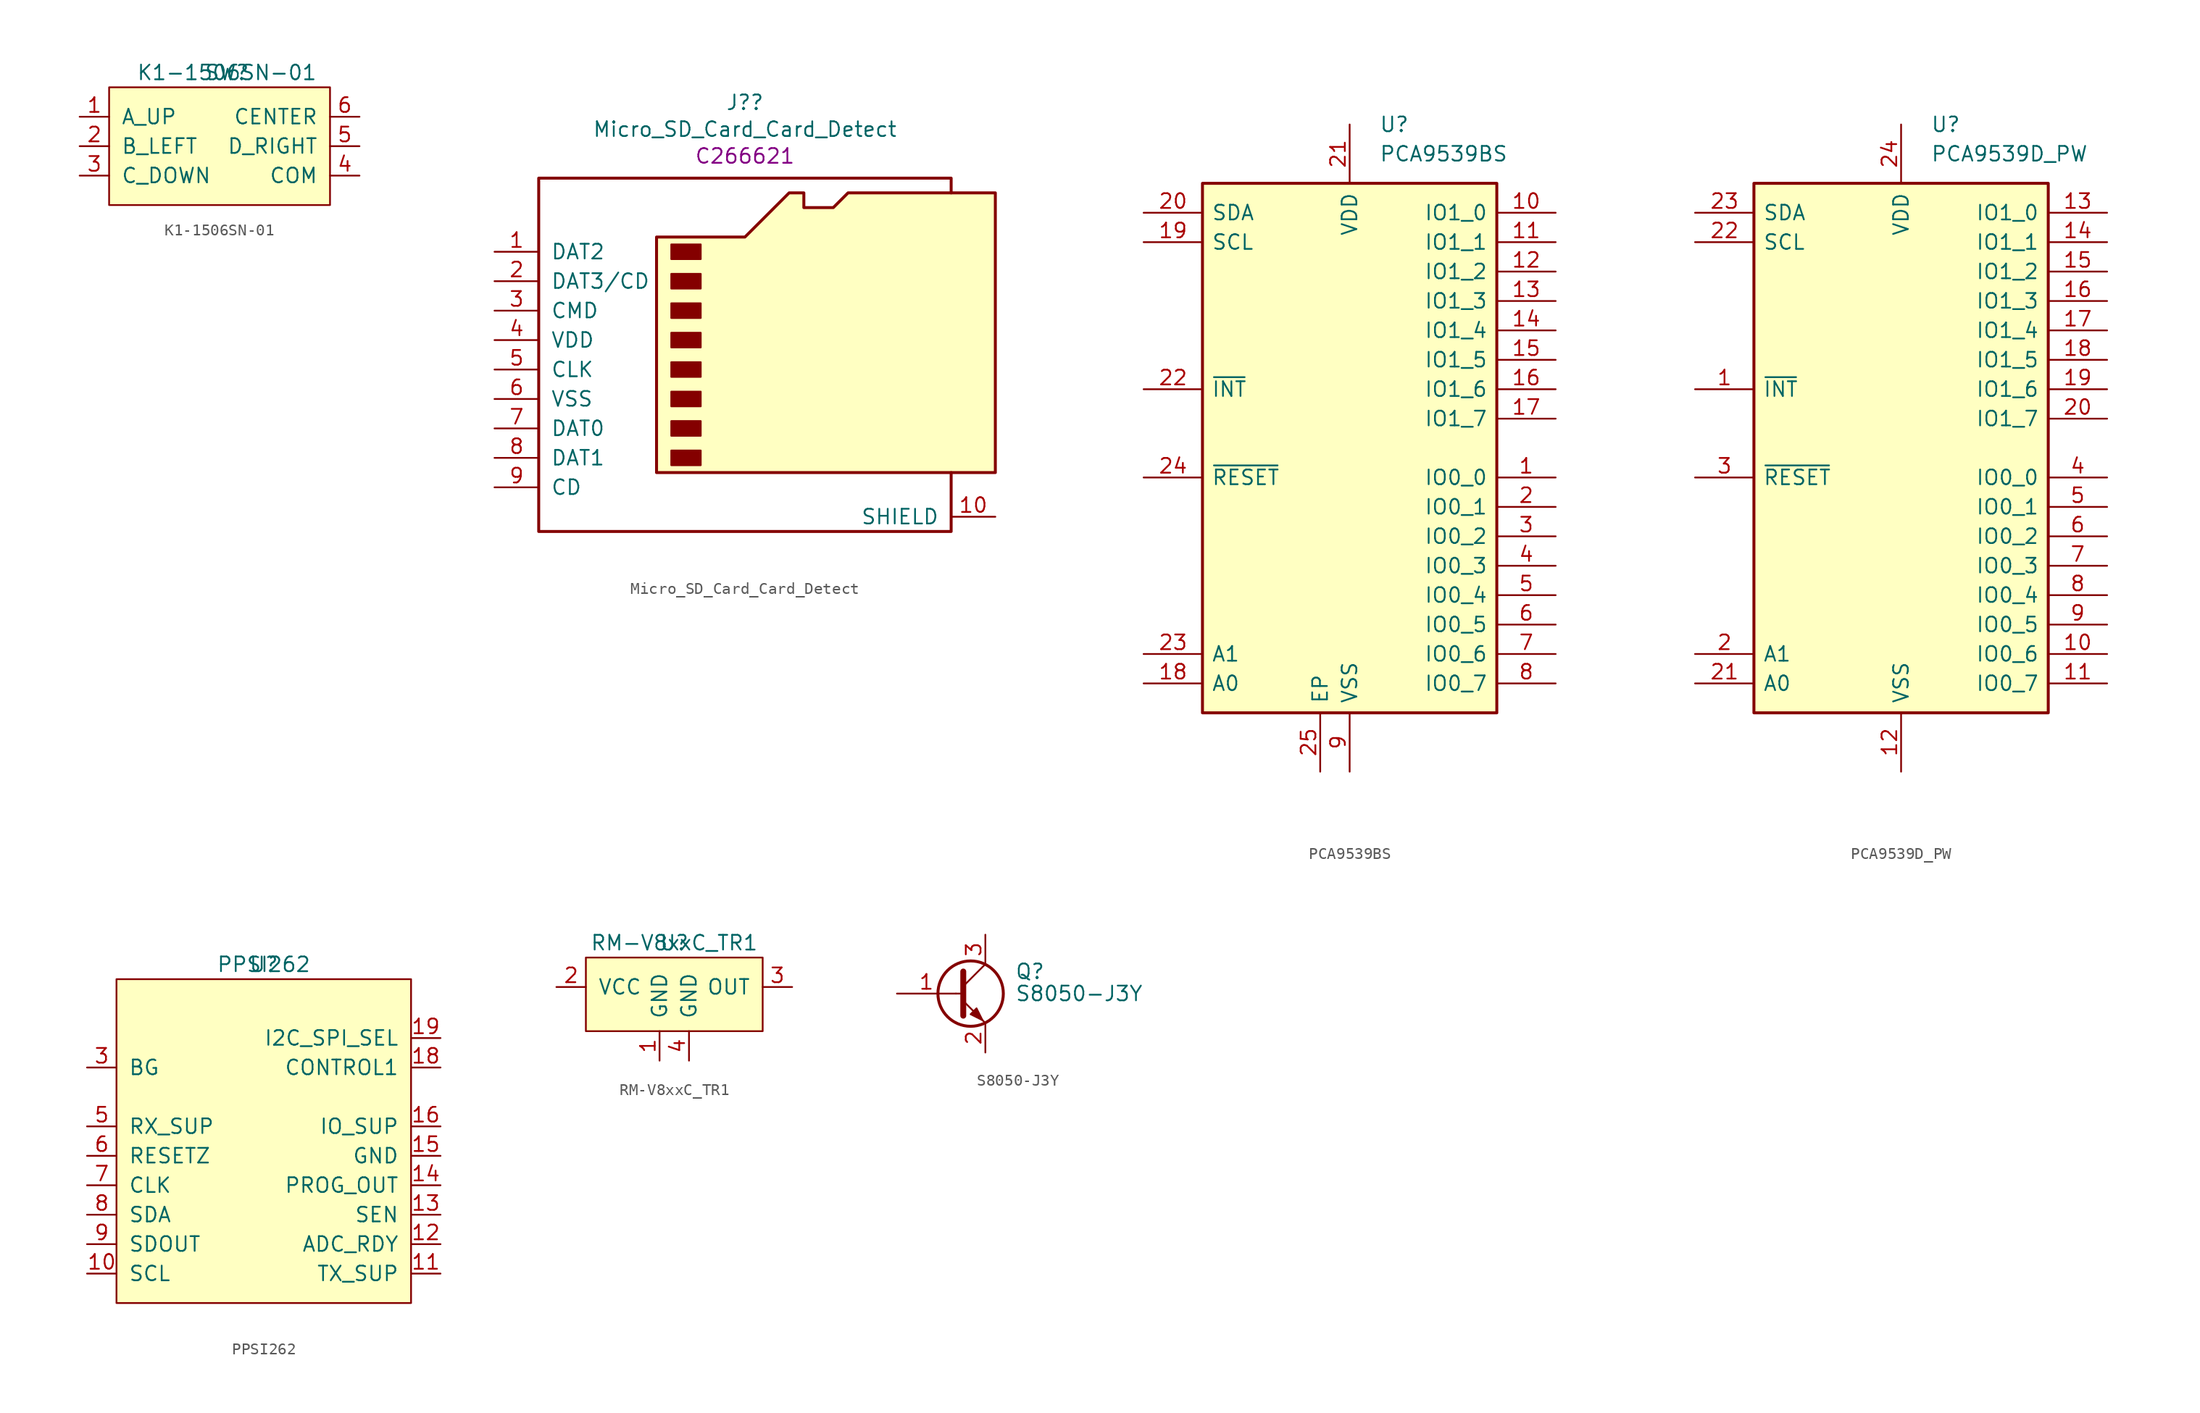
<source format=kicad_sym>
(kicad_symbol_lib
  (version 20211014)
  (generator kicad_symbol_editor)
  (symbol "K1-1506SN-01"
    (pin_names
      (offset 1.016))
    (property "Reference" "SW"
      (at 0 0 0)
      (effects (font (size 1.27 1.27))))
    (property "Value" "K1-1506SN-01"
      (at 0 0 0)
      (effects (font (size 1.27 1.27))))
    (symbol "K1-1506SN-01_0_0"
      (pin output line (at -12.7 -3.81 0) (length 2.54) (name "A_UP" (effects (font (size 1.27 1.27)))) (number "1" (effects (font (size 1.27 1.27)))))
      (pin output line (at -12.7 -6.35 0) (length 2.54) (name "B_LEFT" (effects (font (size 1.27 1.27)))) (number "2" (effects (font (size 1.27 1.27)))))
      (pin output line (at -12.7 -8.89 0) (length 2.54) (name "C_DOWN" (effects (font (size 1.27 1.27)))) (number "3" (effects (font (size 1.27 1.27)))))
      (pin input line (at 11.43 -8.89 180) (length 2.54) (name "COM" (effects (font (size 1.27 1.27)))) (number "4" (effects (font (size 1.27 1.27)))))
      (pin output line (at 11.43 -6.35 180) (length 2.54) (name "D_RIGHT" (effects (font (size 1.27 1.27)))) (number "5" (effects (font (size 1.27 1.27)))))
      (pin output line (at 11.43 -3.81 180) (length 2.54) (name "CENTER" (effects (font (size 1.27 1.27)))) (number "6" (effects (font (size 1.27 1.27))))))
    (symbol "K1-1506SN-01_0_1"
      (rectangle (start -10.16 -1.27) (end 8.89 -11.43) (stroke (width 0) (type default) (color 0 0 0 0)) (fill (type background)))))
  (symbol "Micro_SD_Card_Card_Detect"
    (pin_names
      (offset 1.016))
    (property "Reference" "J?"
      (at -1.27 20.498 0)
      (effects (font (size 1.27 1.27))))
    (property "Value" "Micro_SD_Card_Card_Detect"
      (at -1.27 18.186 0)
      (effects (font (size 1.27 1.27))))
    (property "LCSC" "C266621"
      (at -1.27 15.875 0)
      (effects (font (size 1.27 1.27))))
    (symbol "Micro_SD_Card_Card_Detect_0_0"
      (pin output line (at -22.86 -12.7 0) (length 3.81) (name "CD" (effects (font (size 1.27 1.27)))) (number "9" (effects (font (size 1.27 1.27))))))
    (symbol "Micro_SD_Card_Card_Detect_0_1"
      (rectangle (start -7.62 -9.525) (end -5.08 -10.795) (stroke (width 0) (type default) (color 0 0 0 0)) (fill (type outline)))
      (rectangle (start -7.62 -6.985) (end -5.08 -8.255) (stroke (width 0) (type default) (color 0 0 0 0)) (fill (type outline)))
      (rectangle (start -7.62 -4.445) (end -5.08 -5.715) (stroke (width 0) (type default) (color 0 0 0 0)) (fill (type outline)))
      (rectangle (start -7.62 -1.905) (end -5.08 -3.175) (stroke (width 0) (type default) (color 0 0 0 0)) (fill (type outline)))
      (rectangle (start -7.62 0.635) (end -5.08 -0.635) (stroke (width 0) (type default) (color 0 0 0 0)) (fill (type outline)))
      (rectangle (start -7.62 3.175) (end -5.08 1.905) (stroke (width 0) (type default) (color 0 0 0 0)) (fill (type outline)))
      (rectangle (start -7.62 5.715) (end -5.08 4.445) (stroke (width 0) (type default) (color 0 0 0 0)) (fill (type outline)))
      (rectangle (start -7.62 8.255) (end -5.08 6.985) (stroke (width 0) (type default) (color 0 0 0 0)) (fill (type outline)))
      (polyline (pts (xy 16.51 12.7) (xy 16.51 13.97) (xy -19.05 13.97) (xy -19.05 -16.51) (xy 16.51 -16.51) (xy 16.51 -11.43)) (stroke (width 0.254) (type default) (color 0 0 0 0)) (fill (type none)))
      (polyline (pts (xy -8.89 -11.43) (xy -8.89 8.89) (xy -1.27 8.89) (xy 2.54 12.7) (xy 3.81 12.7) (xy 3.81 11.43) (xy 6.35 11.43) (xy 7.62 12.7) (xy 20.32 12.7) (xy 20.32 -11.43) (xy -8.89 -11.43)) (stroke (width 0.254) (type default) (color 0 0 0 0)) (fill (type background))))
    (symbol "Micro_SD_Card_Card_Detect_1_1"
      (pin bidirectional line (at -22.86 7.62 0) (length 3.81) (name "DAT2" (effects (font (size 1.27 1.27)))) (number "1" (effects (font (size 1.27 1.27)))))
      (pin passive line (at 20.32 -15.24 180) (length 3.81) (name "SHIELD" (effects (font (size 1.27 1.27)))) (number "10" (effects (font (size 1.27 1.27)))))
      (pin bidirectional line (at -22.86 5.08 0) (length 3.81) (name "DAT3/CD" (effects (font (size 1.27 1.27)))) (number "2" (effects (font (size 1.27 1.27)))))
      (pin input line (at -22.86 2.54 0) (length 3.81) (name "CMD" (effects (font (size 1.27 1.27)))) (number "3" (effects (font (size 1.27 1.27)))))
      (pin power_in line (at -22.86 0 0) (length 3.81) (name "VDD" (effects (font (size 1.27 1.27)))) (number "4" (effects (font (size 1.27 1.27)))))
      (pin input line (at -22.86 -2.54 0) (length 3.81) (name "CLK" (effects (font (size 1.27 1.27)))) (number "5" (effects (font (size 1.27 1.27)))))
      (pin power_in line (at -22.86 -5.08 0) (length 3.81) (name "VSS" (effects (font (size 1.27 1.27)))) (number "6" (effects (font (size 1.27 1.27)))))
      (pin bidirectional line (at -22.86 -7.62 0) (length 3.81) (name "DAT0" (effects (font (size 1.27 1.27)))) (number "7" (effects (font (size 1.27 1.27)))))
      (pin bidirectional line (at -22.86 -10.16 0) (length 3.81) (name "DAT1" (effects (font (size 1.27 1.27)))) (number "8" (effects (font (size 1.27 1.27)))))))
  (symbol "PCA9539BS"
    (pin_names
      (offset 0.762))
    (property "Reference" "U"
      (at 2.54 27.94 0)
      (effects (font (size 1.27 1.27)) (justify left)))
    (property "Value" "PCA9539BS"
      (at 2.54 25.4 0)
      (effects (font (size 1.27 1.27)) (justify left)))
    (symbol "PCA9539BS_0_0"
      (pin bidirectional line (at 17.78 -2.54 180) (length 5.08) (name "IO0_0" (effects (font (size 1.27 1.27)))) (number "1" (effects (font (size 1.27 1.27)))))
      (pin bidirectional line (at 17.78 20.32 180) (length 5.08) (name "IO1_0" (effects (font (size 1.27 1.27)))) (number "10" (effects (font (size 1.27 1.27)))))
      (pin bidirectional line (at 17.78 17.78 180) (length 5.08) (name "IO1_1" (effects (font (size 1.27 1.27)))) (number "11" (effects (font (size 1.27 1.27)))))
      (pin bidirectional line (at 17.78 15.24 180) (length 5.08) (name "IO1_2" (effects (font (size 1.27 1.27)))) (number "12" (effects (font (size 1.27 1.27)))))
      (pin bidirectional line (at 17.78 12.7 180) (length 5.08) (name "IO1_3" (effects (font (size 1.27 1.27)))) (number "13" (effects (font (size 1.27 1.27)))))
      (pin bidirectional line (at 17.78 10.16 180) (length 5.08) (name "IO1_4" (effects (font (size 1.27 1.27)))) (number "14" (effects (font (size 1.27 1.27)))))
      (pin bidirectional line (at 17.78 7.62 180) (length 5.08) (name "IO1_5" (effects (font (size 1.27 1.27)))) (number "15" (effects (font (size 1.27 1.27)))))
      (pin bidirectional line (at 17.78 5.08 180) (length 5.08) (name "IO1_6" (effects (font (size 1.27 1.27)))) (number "16" (effects (font (size 1.27 1.27)))))
      (pin bidirectional line (at 17.78 2.54 180) (length 5.08) (name "IO1_7" (effects (font (size 1.27 1.27)))) (number "17" (effects (font (size 1.27 1.27)))))
      (pin input line (at -17.78 -20.32 0) (length 5.08) (name "A0" (effects (font (size 1.27 1.27)))) (number "18" (effects (font (size 1.27 1.27)))))
      (pin input line (at -17.78 17.78 0) (length 5.08) (name "SCL" (effects (font (size 1.27 1.27)))) (number "19" (effects (font (size 1.27 1.27)))))
      (pin bidirectional line (at 17.78 -5.08 180) (length 5.08) (name "IO0_1" (effects (font (size 1.27 1.27)))) (number "2" (effects (font (size 1.27 1.27)))))
      (pin bidirectional line (at -17.78 20.32 0) (length 5.08) (name "SDA" (effects (font (size 1.27 1.27)))) (number "20" (effects (font (size 1.27 1.27)))))
      (pin power_in line (at 0 27.94 270) (length 5.08) (name "VDD" (effects (font (size 1.27 1.27)))) (number "21" (effects (font (size 1.27 1.27)))))
      (pin tri_state line (at -17.78 5.08 0) (length 5.08) (name "~{INT}" (effects (font (size 1.27 1.27)))) (number "22" (effects (font (size 1.27 1.27)))))
      (pin input line (at -17.78 -17.78 0) (length 5.08) (name "A1" (effects (font (size 1.27 1.27)))) (number "23" (effects (font (size 1.27 1.27)))))
      (pin input line (at -17.78 -2.54 0) (length 5.08) (name "~{RESET}" (effects (font (size 1.27 1.27)))) (number "24" (effects (font (size 1.27 1.27)))))
      (pin passive line (at -2.54 -27.94 90) (length 5.08) (name "EP" (effects (font (size 1.27 1.27)))) (number "25" (effects (font (size 1.27 1.27)))))
      (pin bidirectional line (at 17.78 -7.62 180) (length 5.08) (name "IO0_2" (effects (font (size 1.27 1.27)))) (number "3" (effects (font (size 1.27 1.27)))))
      (pin bidirectional line (at 17.78 -10.16 180) (length 5.08) (name "IO0_3" (effects (font (size 1.27 1.27)))) (number "4" (effects (font (size 1.27 1.27)))))
      (pin bidirectional line (at 17.78 -12.7 180) (length 5.08) (name "IO0_4" (effects (font (size 1.27 1.27)))) (number "5" (effects (font (size 1.27 1.27)))))
      (pin bidirectional line (at 17.78 -15.24 180) (length 5.08) (name "IO0_5" (effects (font (size 1.27 1.27)))) (number "6" (effects (font (size 1.27 1.27)))))
      (pin bidirectional line (at 17.78 -17.78 180) (length 5.08) (name "IO0_6" (effects (font (size 1.27 1.27)))) (number "7" (effects (font (size 1.27 1.27)))))
      (pin bidirectional line (at 17.78 -20.32 180) (length 5.08) (name "IO0_7" (effects (font (size 1.27 1.27)))) (number "8" (effects (font (size 1.27 1.27)))))
      (pin power_in line (at 0 -27.94 90) (length 5.08) (name "VSS" (effects (font (size 1.27 1.27)))) (number "9" (effects (font (size 1.27 1.27))))))
    (symbol "PCA9539BS_1_1"
      (rectangle (start -12.7 22.86) (end 12.7 -22.86) (stroke (width 0.254) (type default) (color 0 0 0 0)) (fill (type background)))))
  (symbol "PCA9539D_PW"
    (pin_names
      (offset 0.762))
    (property "Reference" "U"
      (at 2.54 27.94 0)
      (effects (font (size 1.27 1.27)) (justify left)))
    (property "Value" "PCA9539D_PW"
      (at 2.54 25.4 0)
      (effects (font (size 1.27 1.27)) (justify left)))
    (symbol "PCA9539D_PW_0_0"
      (pin tri_state line (at -17.78 5.08 0) (length 5.08) (name "~{INT}" (effects (font (size 1.27 1.27)))) (number "1" (effects (font (size 1.27 1.27)))))
      (pin bidirectional line (at 17.78 -17.78 180) (length 5.08) (name "IO0_6" (effects (font (size 1.27 1.27)))) (number "10" (effects (font (size 1.27 1.27)))))
      (pin bidirectional line (at 17.78 -20.32 180) (length 5.08) (name "IO0_7" (effects (font (size 1.27 1.27)))) (number "11" (effects (font (size 1.27 1.27)))))
      (pin power_in line (at 0 -27.94 90) (length 5.08) (name "VSS" (effects (font (size 1.27 1.27)))) (number "12" (effects (font (size 1.27 1.27)))))
      (pin bidirectional line (at 17.78 20.32 180) (length 5.08) (name "IO1_0" (effects (font (size 1.27 1.27)))) (number "13" (effects (font (size 1.27 1.27)))))
      (pin bidirectional line (at 17.78 17.78 180) (length 5.08) (name "IO1_1" (effects (font (size 1.27 1.27)))) (number "14" (effects (font (size 1.27 1.27)))))
      (pin bidirectional line (at 17.78 15.24 180) (length 5.08) (name "IO1_2" (effects (font (size 1.27 1.27)))) (number "15" (effects (font (size 1.27 1.27)))))
      (pin bidirectional line (at 17.78 12.7 180) (length 5.08) (name "IO1_3" (effects (font (size 1.27 1.27)))) (number "16" (effects (font (size 1.27 1.27)))))
      (pin bidirectional line (at 17.78 10.16 180) (length 5.08) (name "IO1_4" (effects (font (size 1.27 1.27)))) (number "17" (effects (font (size 1.27 1.27)))))
      (pin bidirectional line (at 17.78 7.62 180) (length 5.08) (name "IO1_5" (effects (font (size 1.27 1.27)))) (number "18" (effects (font (size 1.27 1.27)))))
      (pin bidirectional line (at 17.78 5.08 180) (length 5.08) (name "IO1_6" (effects (font (size 1.27 1.27)))) (number "19" (effects (font (size 1.27 1.27)))))
      (pin input line (at -17.78 -17.78 0) (length 5.08) (name "A1" (effects (font (size 1.27 1.27)))) (number "2" (effects (font (size 1.27 1.27)))))
      (pin bidirectional line (at 17.78 2.54 180) (length 5.08) (name "IO1_7" (effects (font (size 1.27 1.27)))) (number "20" (effects (font (size 1.27 1.27)))))
      (pin input line (at -17.78 -20.32 0) (length 5.08) (name "A0" (effects (font (size 1.27 1.27)))) (number "21" (effects (font (size 1.27 1.27)))))
      (pin input line (at -17.78 17.78 0) (length 5.08) (name "SCL" (effects (font (size 1.27 1.27)))) (number "22" (effects (font (size 1.27 1.27)))))
      (pin bidirectional line (at -17.78 20.32 0) (length 5.08) (name "SDA" (effects (font (size 1.27 1.27)))) (number "23" (effects (font (size 1.27 1.27)))))
      (pin power_in line (at 0 27.94 270) (length 5.08) (name "VDD" (effects (font (size 1.27 1.27)))) (number "24" (effects (font (size 1.27 1.27)))))
      (pin input line (at -17.78 -2.54 0) (length 5.08) (name "~{RESET}" (effects (font (size 1.27 1.27)))) (number "3" (effects (font (size 1.27 1.27)))))
      (pin bidirectional line (at 17.78 -2.54 180) (length 5.08) (name "IO0_0" (effects (font (size 1.27 1.27)))) (number "4" (effects (font (size 1.27 1.27)))))
      (pin bidirectional line (at 17.78 -5.08 180) (length 5.08) (name "IO0_1" (effects (font (size 1.27 1.27)))) (number "5" (effects (font (size 1.27 1.27)))))
      (pin bidirectional line (at 17.78 -7.62 180) (length 5.08) (name "IO0_2" (effects (font (size 1.27 1.27)))) (number "6" (effects (font (size 1.27 1.27)))))
      (pin bidirectional line (at 17.78 -10.16 180) (length 5.08) (name "IO0_3" (effects (font (size 1.27 1.27)))) (number "7" (effects (font (size 1.27 1.27)))))
      (pin bidirectional line (at 17.78 -12.7 180) (length 5.08) (name "IO0_4" (effects (font (size 1.27 1.27)))) (number "8" (effects (font (size 1.27 1.27)))))
      (pin bidirectional line (at 17.78 -15.24 180) (length 5.08) (name "IO0_5" (effects (font (size 1.27 1.27)))) (number "9" (effects (font (size 1.27 1.27))))))
    (symbol "PCA9539D_PW_1_1"
      (rectangle (start -12.7 22.86) (end 12.7 -22.86) (stroke (width 0.254) (type default) (color 0 0 0 0)) (fill (type background)))))
  (symbol "PPSI262"
    (pin_names
      (offset 1.016))
    (property "Reference" "U"
      (at 0 0 0)
      (effects (font (size 1.27 1.27))))
    (property "Value" "PPSI262"
      (at 0 0 0)
      (effects (font (size 1.27 1.27))))
    (symbol "PPSI262_0_0"
      (pin no_connect line (at -15.24 -3.81 0) (length 2.54) hide (name "NC" (effects (font (size 1.27 1.27)))) (number "1" (effects (font (size 1.27 1.27)))))
      (pin bidirectional line (at -15.24 -26.67 0) (length 2.54) (name "SCL" (effects (font (size 1.27 1.27)))) (number "10" (effects (font (size 1.27 1.27)))))
      (pin passive line (at 15.24 -26.67 180) (length 2.54) (name "TX_SUP" (effects (font (size 1.27 1.27)))) (number "11" (effects (font (size 1.27 1.27)))))
      (pin output line (at 15.24 -24.13 180) (length 2.54) (name "ADC_RDY" (effects (font (size 1.27 1.27)))) (number "12" (effects (font (size 1.27 1.27)))))
      (pin input line (at 15.24 -21.59 180) (length 2.54) (name "SEN" (effects (font (size 1.27 1.27)))) (number "13" (effects (font (size 1.27 1.27)))))
      (pin output line (at 15.24 -19.05 180) (length 2.54) (name "PROG_OUT" (effects (font (size 1.27 1.27)))) (number "14" (effects (font (size 1.27 1.27)))))
      (pin power_out line (at 15.24 -16.51 180) (length 2.54) (name "GND" (effects (font (size 1.27 1.27)))) (number "15" (effects (font (size 1.27 1.27)))))
      (pin power_in line (at 15.24 -13.97 180) (length 2.54) (name "IO_SUP" (effects (font (size 1.27 1.27)))) (number "16" (effects (font (size 1.27 1.27)))))
      (pin no_connect line (at 15.24 -11.43 180) (length 2.54) hide (name "NC" (effects (font (size 1.27 1.27)))) (number "17" (effects (font (size 1.27 1.27)))))
      (pin input line (at 15.24 -8.89 180) (length 2.54) (name "CONTROL1" (effects (font (size 1.27 1.27)))) (number "18" (effects (font (size 1.27 1.27)))))
      (pin input line (at 15.24 -6.35 180) (length 2.54) (name "I2C_SPI_SEL" (effects (font (size 1.27 1.27)))) (number "19" (effects (font (size 1.27 1.27)))))
      (pin no_connect line (at -15.24 -6.35 0) (length 2.54) hide (name "NC" (effects (font (size 1.27 1.27)))) (number "2" (effects (font (size 1.27 1.27)))))
      (pin no_connect line (at 15.24 -3.81 180) (length 2.54) hide (name "NC" (effects (font (size 1.27 1.27)))) (number "20" (effects (font (size 1.27 1.27)))))
      (pin passive line (at -15.24 -8.89 0) (length 2.54) (name "BG" (effects (font (size 1.27 1.27)))) (number "3" (effects (font (size 1.27 1.27)))))
      (pin no_connect line (at -15.24 -11.43 0) (length 2.54) hide (name "NC" (effects (font (size 1.27 1.27)))) (number "4" (effects (font (size 1.27 1.27)))))
      (pin power_in line (at -15.24 -13.97 0) (length 2.54) (name "RX_SUP" (effects (font (size 1.27 1.27)))) (number "5" (effects (font (size 1.27 1.27)))))
      (pin input line (at -15.24 -16.51 0) (length 2.54) (name "RESETZ" (effects (font (size 1.27 1.27)))) (number "6" (effects (font (size 1.27 1.27)))))
      (pin input line (at -15.24 -19.05 0) (length 2.54) (name "CLK" (effects (font (size 1.27 1.27)))) (number "7" (effects (font (size 1.27 1.27)))))
      (pin bidirectional line (at -15.24 -21.59 0) (length 2.54) (name "SDA" (effects (font (size 1.27 1.27)))) (number "8" (effects (font (size 1.27 1.27)))))
      (pin output line (at -15.24 -24.13 0) (length 2.54) (name "SDOUT" (effects (font (size 1.27 1.27)))) (number "9" (effects (font (size 1.27 1.27))))))
    (symbol "PPSI262_0_1"
      (rectangle (start -12.7 -1.27) (end 12.7 -29.21) (stroke (width 0) (type default) (color 0 0 0 0)) (fill (type background)))))
  (symbol "RM-V8xxC_TR1"
    (pin_names
      (offset 1.016))
    (property "Reference" "U"
      (at 0 0 0)
      (effects (font (size 1.27 1.27))))
    (property "Value" "RM-V8xxC_TR1"
      (at 0 0 0)
      (effects (font (size 1.27 1.27))))
    (symbol "RM-V8xxC_TR1_0_0"
      (pin power_in line (at -1.27 -10.16 90) (length 2.54) (name "GND" (effects (font (size 1.27 1.27)))) (number "1" (effects (font (size 1.27 1.27)))))
      (pin power_in line (at -10.16 -3.81 0) (length 2.54) (name "VCC" (effects (font (size 1.27 1.27)))) (number "2" (effects (font (size 1.27 1.27)))))
      (pin output line (at 10.16 -3.81 180) (length 2.54) (name "OUT" (effects (font (size 1.27 1.27)))) (number "3" (effects (font (size 1.27 1.27)))))
      (pin power_in line (at 1.27 -10.16 90) (length 2.54) (name "GND" (effects (font (size 1.27 1.27)))) (number "4" (effects (font (size 1.27 1.27))))))
    (symbol "RM-V8xxC_TR1_0_1"
      (rectangle (start -7.62 -1.27) (end 7.62 -7.62) (stroke (width 0) (type default) (color 0 0 0 0)) (fill (type background)))))
  (symbol "S8050-J3Y"
    (pin_names
      (offset 0) hide)
    (property "Reference" "Q"
      (at 5.08 1.905 0)
      (effects (font (size 1.27 1.27)) (justify left)))
    (property "Value" "S8050-J3Y"
      (at 5.08 0 0)
      (effects (font (size 1.27 1.27)) (justify left)))
    (symbol "S8050-J3Y_0_1"
      (polyline (pts (xy 0 0) (xy 0.635 0)) (stroke (width 0) (type default) (color 0 0 0 0)) (fill (type none)))
      (polyline (pts (xy 0.635 0.635) (xy 2.54 2.54)) (stroke (width 0) (type default) (color 0 0 0 0)) (fill (type none)))
      (polyline (pts (xy 0.635 -0.635) (xy 2.54 -2.54) (xy 2.54 -2.54)) (stroke (width 0) (type default) (color 0 0 0 0)) (fill (type none)))
      (polyline (pts (xy 0.635 1.905) (xy 0.635 -1.905) (xy 0.635 -1.905)) (stroke (width 0.508) (type default) (color 0 0 0 0)) (fill (type none)))
      (polyline (pts (xy 1.27 -1.778) (xy 1.778 -1.27) (xy 2.286 -2.286) (xy 1.27 -1.778) (xy 1.27 -1.778)) (stroke (width 0) (type default) (color 0 0 0 0)) (fill (type outline)))
      (circle (center 1.27 0) (radius 2.819) (stroke (width 0.254) (type default) (color 0 0 0 0)) (fill (type none))))
    (symbol "S8050-J3Y_1_1"
      (pin input line (at -5.08 0 0) (length 5.08) (name "B" (effects (font (size 1.27 1.27)))) (number "1" (effects (font (size 1.27 1.27)))))
      (pin passive line (at 2.54 -5.08 90) (length 2.54) (name "E" (effects (font (size 1.27 1.27)))) (number "2" (effects (font (size 1.27 1.27)))))
      (pin passive line (at 2.54 5.08 270) (length 2.54) (name "C" (effects (font (size 1.27 1.27)))) (number "3" (effects (font (size 1.27 1.27))))))))
</source>
